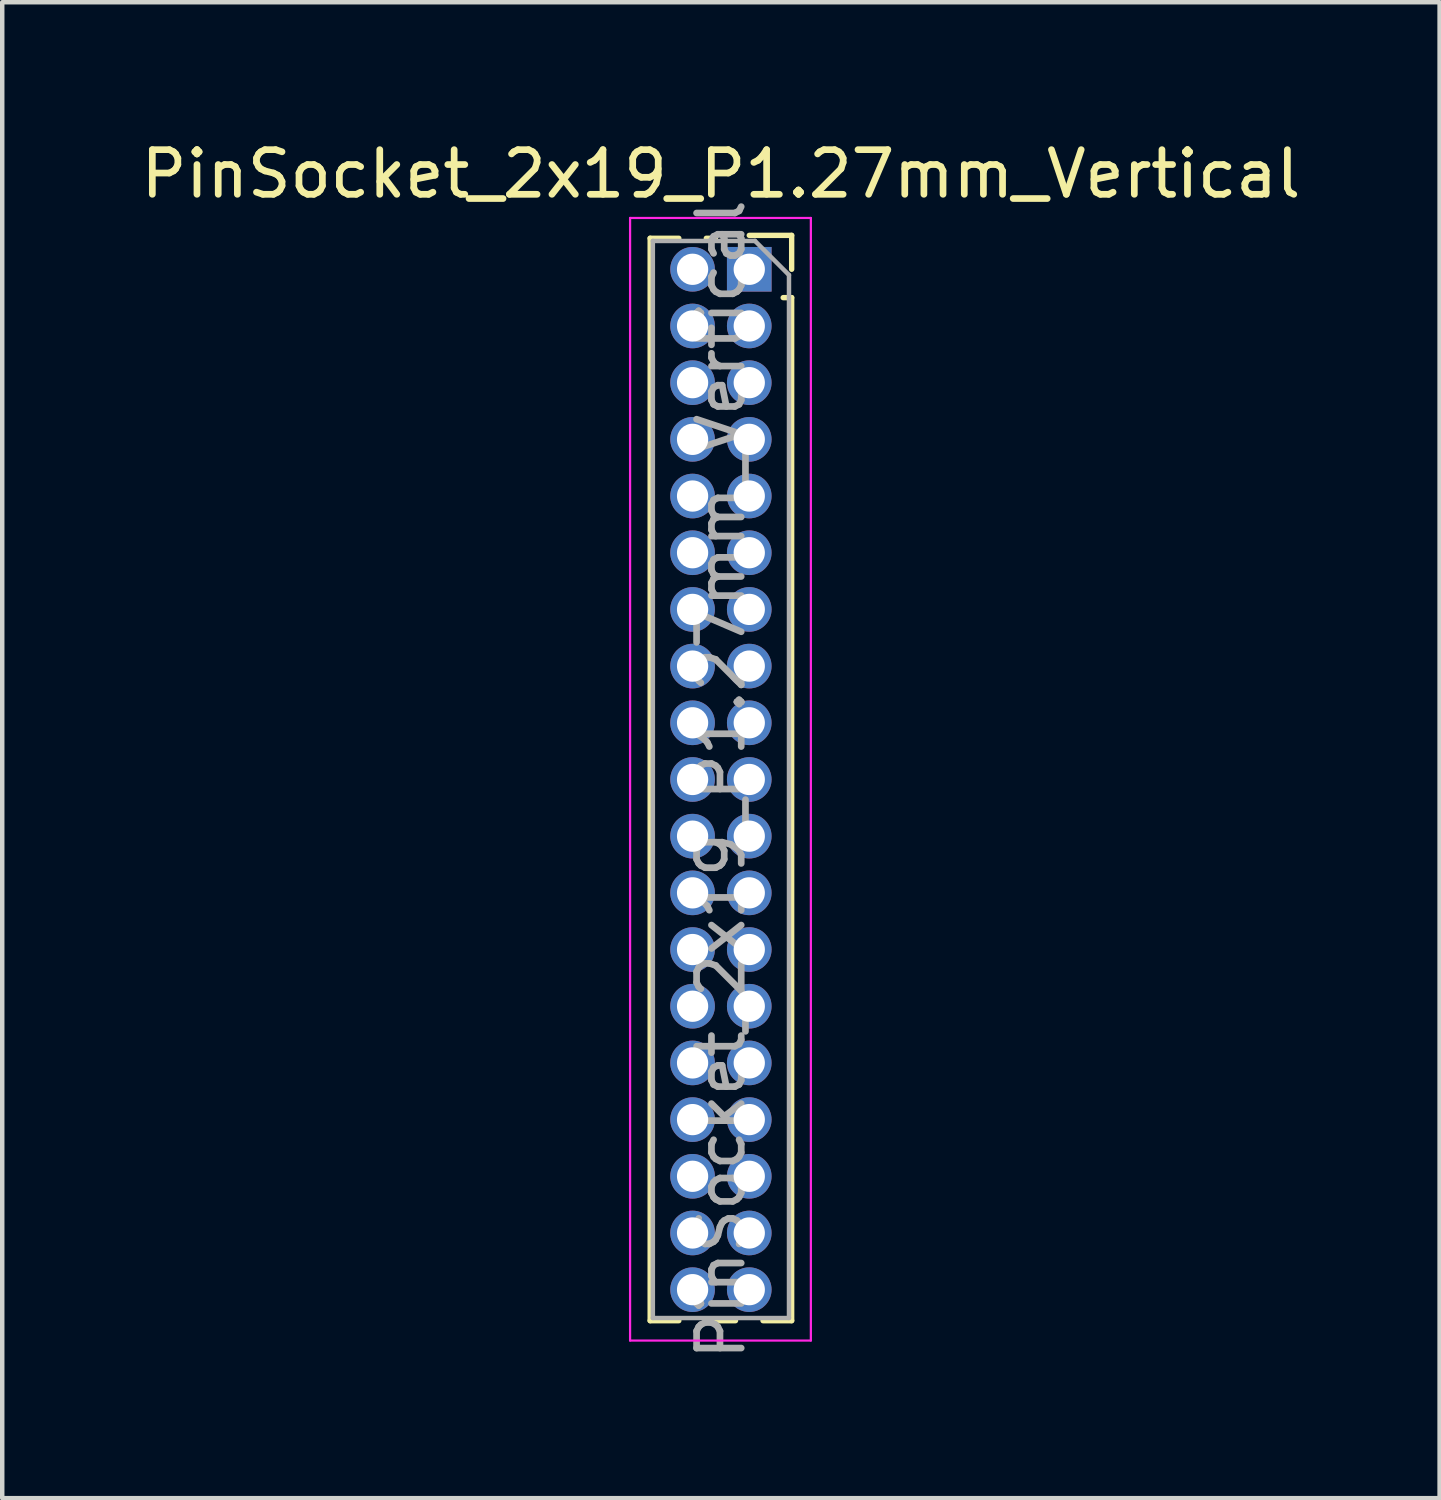
<source format=kicad_pcb>
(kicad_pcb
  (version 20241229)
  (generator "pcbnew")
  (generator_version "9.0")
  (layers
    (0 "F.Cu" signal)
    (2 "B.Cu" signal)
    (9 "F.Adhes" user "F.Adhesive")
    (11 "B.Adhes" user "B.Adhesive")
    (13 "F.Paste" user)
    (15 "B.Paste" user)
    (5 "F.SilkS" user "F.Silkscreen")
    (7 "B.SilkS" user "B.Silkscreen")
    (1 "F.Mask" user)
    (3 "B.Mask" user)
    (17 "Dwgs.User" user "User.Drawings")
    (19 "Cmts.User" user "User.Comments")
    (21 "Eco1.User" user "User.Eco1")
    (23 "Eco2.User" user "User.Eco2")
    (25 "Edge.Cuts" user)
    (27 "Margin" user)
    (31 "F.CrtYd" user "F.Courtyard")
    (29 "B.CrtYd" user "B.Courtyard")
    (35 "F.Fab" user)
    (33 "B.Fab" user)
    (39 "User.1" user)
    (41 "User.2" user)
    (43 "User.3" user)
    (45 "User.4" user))
  (footprint "PinSocket_2x19_P1.27mm_Vertical"
    (layer "F.Cu")
    (at 13.736 2.983)
    (property "Reference" "PinSocket_2x19_P1.27mm_Vertical" (at -0.635 -2.135 0) (layer "F.SilkS") (effects (font (size 1 1) (thickness 0.15))))
    (attr through_hole)
    (fp_line (start -2.22 -0.695) (end -2.22 23.555) (stroke (width 0.12) (type solid)) (layer "F.SilkS"))
    (fp_line (start -2.22 -0.695) (end -1.578 -0.695) (stroke (width 0.12) (type solid)) (layer "F.SilkS"))
    (fp_line (start -2.22 23.555) (end -1.578 23.555) (stroke (width 0.12) (type solid)) (layer "F.SilkS"))
    (fp_line (start -0.962 -0.695) (end -0.76 -0.695) (stroke (width 0.12) (type solid)) (layer "F.SilkS"))
    (fp_line (start -0.962 23.555) (end -0.308 23.555) (stroke (width 0.12) (type solid)) (layer "F.SilkS"))
    (fp_line (start 0 -0.76) (end 0.95 -0.76) (stroke (width 0.12) (type solid)) (layer "F.SilkS"))
    (fp_line (start 0.308 23.555) (end 0.95 23.555) (stroke (width 0.12) (type solid)) (layer "F.SilkS"))
    (fp_line (start 0.76 0.635) (end 0.95 0.635) (stroke (width 0.12) (type solid)) (layer "F.SilkS"))
    (fp_line (start 0.95 -0.76) (end 0.95 0) (stroke (width 0.12) (type solid)) (layer "F.SilkS"))
    (fp_line (start 0.95 0.635) (end 0.95 23.555) (stroke (width 0.12) (type solid)) (layer "F.SilkS"))
    (fp_line (start -2.67 -1.15) (end 1.38 -1.15) (stroke (width 0.05) (type solid)) (layer "F.CrtYd"))
    (fp_line (start -2.67 24) (end -2.67 -1.15) (stroke (width 0.05) (type solid)) (layer "F.CrtYd"))
    (fp_line (start 1.38 -1.15) (end 1.38 24) (stroke (width 0.05) (type solid)) (layer "F.CrtYd"))
    (fp_line (start 1.38 24) (end -2.67 24) (stroke (width 0.05) (type solid)) (layer "F.CrtYd"))
    (fp_line (start -2.16 -0.635) (end 0.128 -0.635) (stroke (width 0.1) (type solid)) (layer "F.Fab"))
    (fp_line (start -2.16 23.495) (end -2.16 -0.635) (stroke (width 0.1) (type solid)) (layer "F.Fab"))
    (fp_line (start 0.128 -0.635) (end 0.89 0.128) (stroke (width 0.1) (type solid)) (layer "F.Fab"))
    (fp_line (start 0.89 0.128) (end 0.89 23.495) (stroke (width 0.1) (type solid)) (layer "F.Fab"))
    (fp_line (start 0.89 23.495) (end -2.16 23.495) (stroke (width 0.1) (type solid)) (layer "F.Fab"))
    (fp_text user "${REFERENCE}" (at -0.635 11.43 90) (layer "F.Fab") (effects (font (size 1 1) (thickness 0.15))))
    (pad "1" thru_hole rect (at 0 0) (size 1 1) (drill 0.7) (layers "*.Cu" "*.Mask"))
    (pad "2" thru_hole oval (at -1.27 0) (size 1 1) (drill 0.7) (layers "*.Cu" "*.Mask"))
    (pad "3" thru_hole oval (at 0 1.27) (size 1 1) (drill 0.7) (layers "*.Cu" "*.Mask"))
    (pad "4" thru_hole oval (at -1.27 1.27) (size 1 1) (drill 0.7) (layers "*.Cu" "*.Mask"))
    (pad "5" thru_hole oval (at 0 2.54) (size 1 1) (drill 0.7) (layers "*.Cu" "*.Mask"))
    (pad "6" thru_hole oval (at -1.27 2.54) (size 1 1) (drill 0.7) (layers "*.Cu" "*.Mask"))
    (pad "7" thru_hole oval (at 0 3.81) (size 1 1) (drill 0.7) (layers "*.Cu" "*.Mask"))
    (pad "8" thru_hole oval (at -1.27 3.81) (size 1 1) (drill 0.7) (layers "*.Cu" "*.Mask"))
    (pad "9" thru_hole oval (at 0 5.08) (size 1 1) (drill 0.7) (layers "*.Cu" "*.Mask"))
    (pad "10" thru_hole oval (at -1.27 5.08) (size 1 1) (drill 0.7) (layers "*.Cu" "*.Mask"))
    (pad "11" thru_hole oval (at 0 6.35) (size 1 1) (drill 0.7) (layers "*.Cu" "*.Mask"))
    (pad "12" thru_hole oval (at -1.27 6.35) (size 1 1) (drill 0.7) (layers "*.Cu" "*.Mask"))
    (pad "13" thru_hole oval (at 0 7.62) (size 1 1) (drill 0.7) (layers "*.Cu" "*.Mask"))
    (pad "14" thru_hole oval (at -1.27 7.62) (size 1 1) (drill 0.7) (layers "*.Cu" "*.Mask"))
    (pad "15" thru_hole oval (at 0 8.89) (size 1 1) (drill 0.7) (layers "*.Cu" "*.Mask"))
    (pad "16" thru_hole oval (at -1.27 8.89) (size 1 1) (drill 0.7) (layers "*.Cu" "*.Mask"))
    (pad "17" thru_hole oval (at 0 10.16) (size 1 1) (drill 0.7) (layers "*.Cu" "*.Mask"))
    (pad "18" thru_hole oval (at -1.27 10.16) (size 1 1) (drill 0.7) (layers "*.Cu" "*.Mask"))
    (pad "19" thru_hole oval (at 0 11.43) (size 1 1) (drill 0.7) (layers "*.Cu" "*.Mask"))
    (pad "20" thru_hole oval (at -1.27 11.43) (size 1 1) (drill 0.7) (layers "*.Cu" "*.Mask"))
    (pad "21" thru_hole oval (at 0 12.7) (size 1 1) (drill 0.7) (layers "*.Cu" "*.Mask"))
    (pad "22" thru_hole oval (at -1.27 12.7) (size 1 1) (drill 0.7) (layers "*.Cu" "*.Mask"))
    (pad "23" thru_hole oval (at 0 13.97) (size 1 1) (drill 0.7) (layers "*.Cu" "*.Mask"))
    (pad "24" thru_hole oval (at -1.27 13.97) (size 1 1) (drill 0.7) (layers "*.Cu" "*.Mask"))
    (pad "25" thru_hole oval (at 0 15.24) (size 1 1) (drill 0.7) (layers "*.Cu" "*.Mask"))
    (pad "26" thru_hole oval (at -1.27 15.24) (size 1 1) (drill 0.7) (layers "*.Cu" "*.Mask"))
    (pad "27" thru_hole oval (at 0 16.51) (size 1 1) (drill 0.7) (layers "*.Cu" "*.Mask"))
    (pad "28" thru_hole oval (at -1.27 16.51) (size 1 1) (drill 0.7) (layers "*.Cu" "*.Mask"))
    (pad "29" thru_hole oval (at 0 17.78) (size 1 1) (drill 0.7) (layers "*.Cu" "*.Mask"))
    (pad "30" thru_hole oval (at -1.27 17.78) (size 1 1) (drill 0.7) (layers "*.Cu" "*.Mask"))
    (pad "31" thru_hole oval (at 0 19.05) (size 1 1) (drill 0.7) (layers "*.Cu" "*.Mask"))
    (pad "32" thru_hole oval (at -1.27 19.05) (size 1 1) (drill 0.7) (layers "*.Cu" "*.Mask"))
    (pad "33" thru_hole oval (at 0 20.32) (size 1 1) (drill 0.7) (layers "*.Cu" "*.Mask"))
    (pad "34" thru_hole oval (at -1.27 20.32) (size 1 1) (drill 0.7) (layers "*.Cu" "*.Mask"))
    (pad "35" thru_hole oval (at 0 21.59) (size 1 1) (drill 0.7) (layers "*.Cu" "*.Mask"))
    (pad "36" thru_hole oval (at -1.27 21.59) (size 1 1) (drill 0.7) (layers "*.Cu" "*.Mask"))
    (pad "37" thru_hole oval (at 0 22.86) (size 1 1) (drill 0.7) (layers "*.Cu" "*.Mask"))
    (pad "38" thru_hole oval (at -1.27 22.86) (size 1 1) (drill 0.7) (layers "*.Cu" "*.Mask")))
  (gr_rect
    (start -3 -3)
    (end 29.202 30.514)
    (stroke (width 0.1) (type default))
    (fill no)
    (layer "Edge.Cuts")))
</source>
